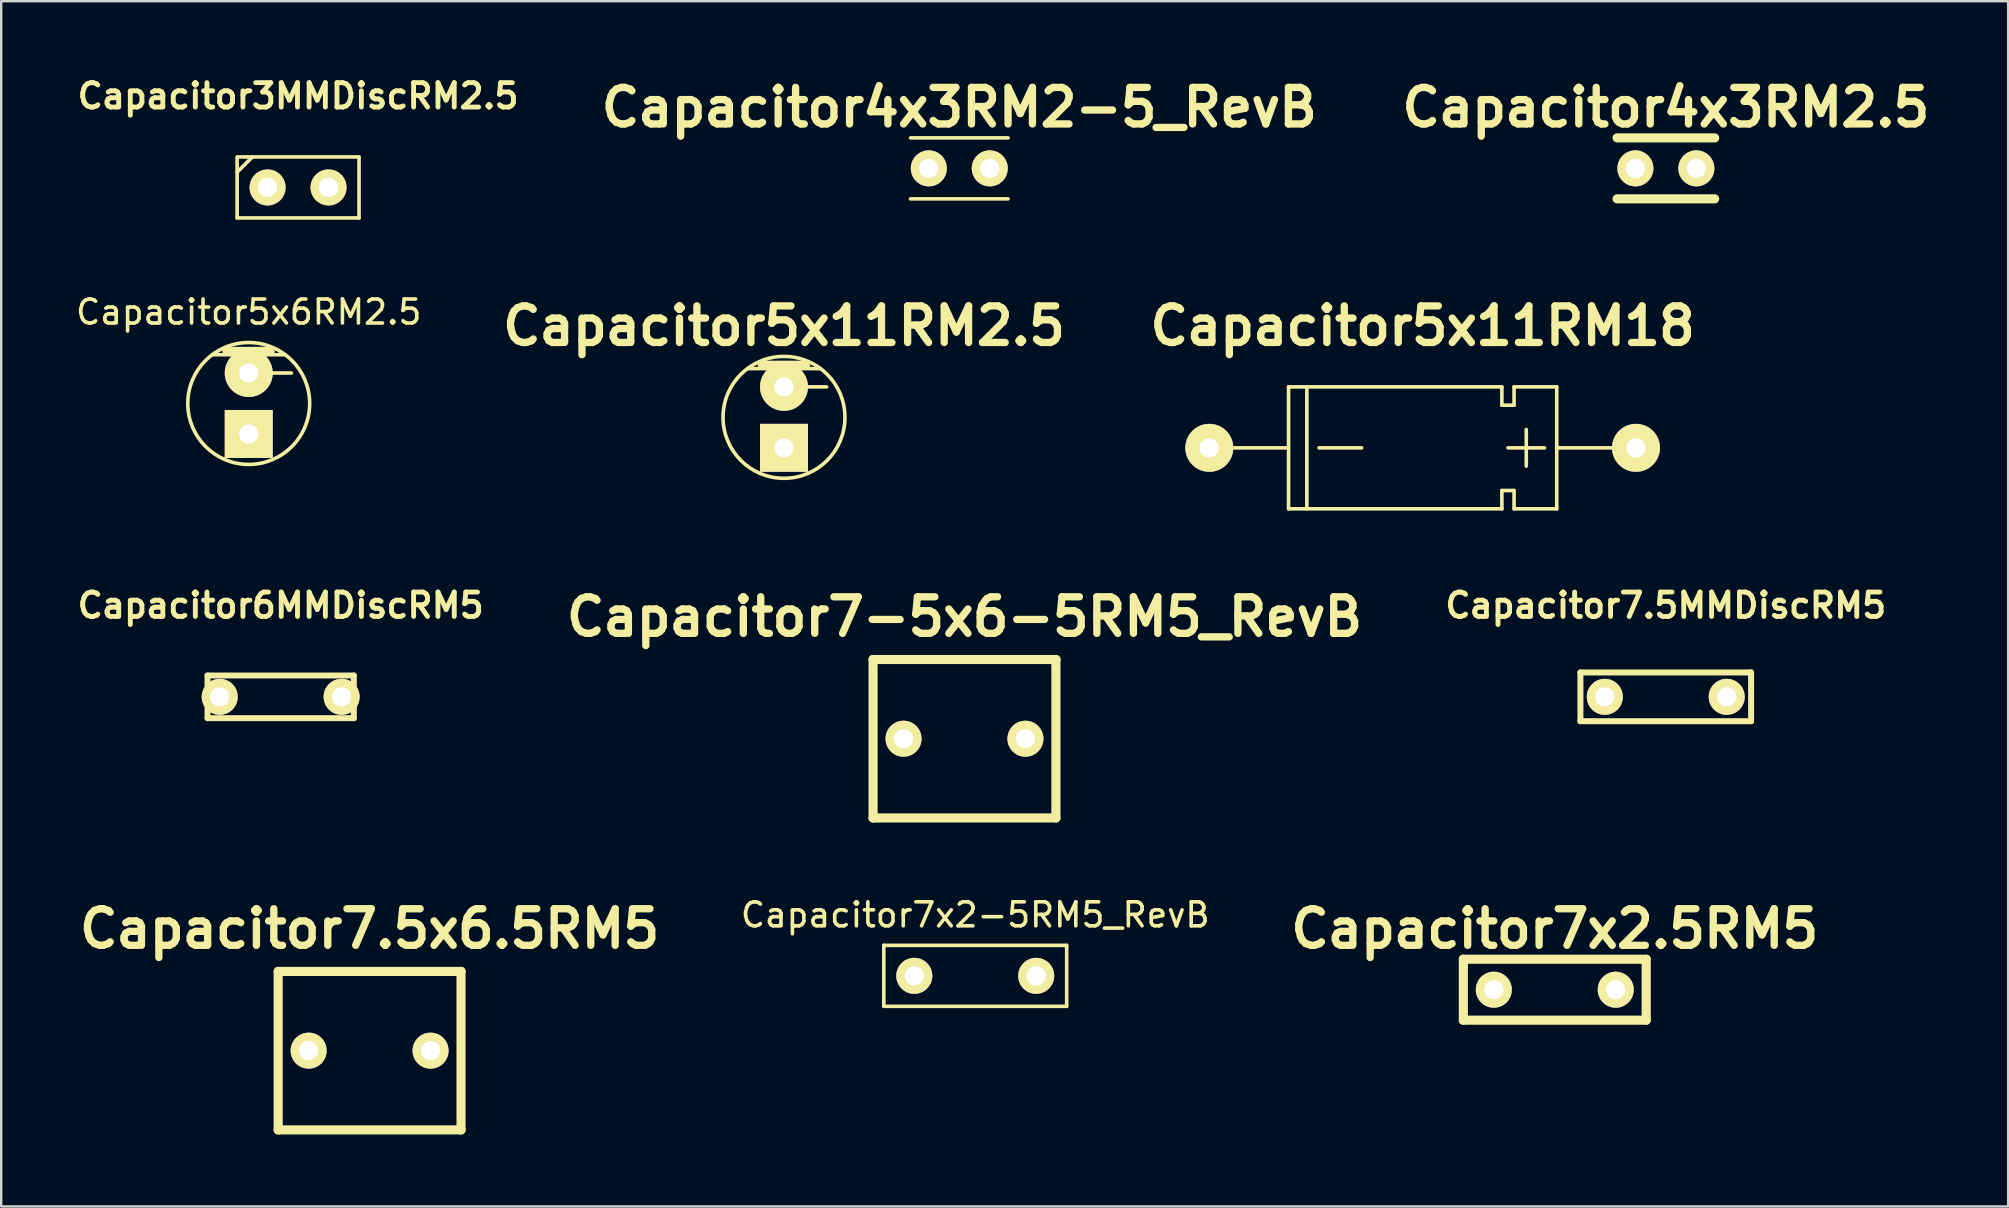
<source format=kicad_pcb>
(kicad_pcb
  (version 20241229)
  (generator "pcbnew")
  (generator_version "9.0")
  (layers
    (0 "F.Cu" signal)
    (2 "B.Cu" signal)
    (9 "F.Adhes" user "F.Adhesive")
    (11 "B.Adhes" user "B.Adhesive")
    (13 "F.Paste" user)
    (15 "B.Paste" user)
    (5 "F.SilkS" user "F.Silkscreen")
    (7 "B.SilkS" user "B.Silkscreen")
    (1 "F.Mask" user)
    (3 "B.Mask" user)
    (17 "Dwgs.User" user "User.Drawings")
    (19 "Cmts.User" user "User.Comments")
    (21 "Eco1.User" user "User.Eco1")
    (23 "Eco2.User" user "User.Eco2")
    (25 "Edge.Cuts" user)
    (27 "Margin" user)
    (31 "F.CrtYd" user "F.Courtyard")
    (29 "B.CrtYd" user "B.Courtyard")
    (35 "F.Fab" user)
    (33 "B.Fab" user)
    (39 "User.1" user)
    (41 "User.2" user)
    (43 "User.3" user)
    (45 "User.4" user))
  (footprint "Capacitor5x6RM2.5"
    (layer "F.Cu")
    (at 7.315 13.764)
    (property "Reference" "Capacitor5x6RM2.5" (at 0 -3.81 0) (layer "F.SilkS") (effects (font (size 1 1) (thickness 0.15))))
    (attr through_hole)
    (fp_line (start -1.524 -2.032) (end 1.524 -2.032) (stroke (width 0.15) (type solid)) (layer "F.SilkS"))
    (fp_line (start -1.016 -2.286) (end -1.016 -2.159) (stroke (width 0.15) (type solid)) (layer "F.SilkS"))
    (fp_line (start -1.016 -2.159) (end 1.016 -2.159) (stroke (width 0.15) (type solid)) (layer "F.SilkS"))
    (fp_line (start 0.889 -1.27) (end 1.778 -1.27) (stroke (width 0.15) (type solid)) (layer "F.SilkS"))
    (fp_line (start 1.016 -2.286) (end -1.016 -2.286) (stroke (width 0.15) (type solid)) (layer "F.SilkS"))
    (fp_circle (center 0 0) (end -2.54 0) (stroke (width 0.15) (type solid)) (fill no) (layer "F.SilkS"))
    (pad "1" thru_hole rect (at 0 1.27) (size 1.999 1.999) (drill 0.8) (layers "*.Cu" "*.Mask" "F.SilkS"))
    (pad "2" thru_hole circle (at 0 -1.27) (size 1.999 1.999) (drill 0.8) (layers "*.Cu" "*.Mask" "F.SilkS")))
  (footprint "Capacitor7.5MMDiscRM5"
    (layer "F.Cu")
    (at 66.365 25.988)
    (property "Reference" "Capacitor7.5MMDiscRM5" (at 0 -3.81 0) (layer "F.SilkS") (effects (font (size 1.016 1.016) (thickness 0.203))))
    (attr through_hole)
    (fp_line (start -3.556 -1.016) (end -3.556 1.016) (stroke (width 0.249) (type solid)) (layer "F.SilkS"))
    (fp_line (start -3.556 1.016) (end 3.556 1.016) (stroke (width 0.249) (type solid)) (layer "F.SilkS"))
    (fp_line (start 3.556 -1.016) (end -3.556 -1.016) (stroke (width 0.249) (type solid)) (layer "F.SilkS"))
    (fp_line (start 3.556 1.016) (end 3.556 -1.016) (stroke (width 0.249) (type solid)) (layer "F.SilkS"))
    (pad "1" thru_hole circle (at -2.54 0) (size 1.501 1.501) (drill 0.8) (layers "*.Cu" "*.Mask" "F.SilkS"))
    (pad "2" thru_hole circle (at 2.54 0) (size 1.501 1.501) (drill 0.8) (layers "*.Cu" "*.Mask" "F.SilkS")))
  (footprint "Capacitor3MMDiscRM2.5"
    (layer "F.Cu")
    (at 9.371 4.761)
    (property "Reference" "Capacitor3MMDiscRM2.5" (at 0 -3.81 0) (layer "F.SilkS") (effects (font (size 1.016 1.016) (thickness 0.203))))
    (attr through_hole)
    (fp_line (start -2.54 -0.635) (end -1.905 -1.27) (stroke (width 0.15) (type solid)) (layer "F.SilkS"))
    (fp_line (start -2.54 1.27) (end -2.54 -1.27) (stroke (width 0.15) (type solid)) (layer "F.SilkS"))
    (fp_line (start -2.489 -1.27) (end 2.54 -1.27) (stroke (width 0.15) (type solid)) (layer "F.SilkS"))
    (fp_line (start 2.54 -1.27) (end 2.54 1.27) (stroke (width 0.15) (type solid)) (layer "F.SilkS"))
    (fp_line (start 2.54 1.27) (end -2.54 1.27) (stroke (width 0.15) (type solid)) (layer "F.SilkS"))
    (pad "1" thru_hole circle (at -1.27 0) (size 1.501 1.501) (drill 0.8) (layers "*.Cu" "*.Mask" "F.SilkS"))
    (pad "2" thru_hole circle (at 1.27 0) (size 1.501 1.501) (drill 0.8) (layers "*.Cu" "*.Mask" "F.SilkS")))
  (footprint "Capacitor4x3RM2.5"
    (layer "F.Cu")
    (at 65.1 3.966)
    (property "Reference" "Capacitor4x3RM2.5" (at 1.27 -2.54 0) (layer "F.SilkS") (effects (font (size 1.524 1.524) (thickness 0.305))))
    (attr through_hole)
    (fp_line (start -0.762 1.27) (end 3.302 1.27) (stroke (width 0.381) (type solid)) (layer "F.SilkS"))
    (fp_line (start 3.302 -1.27) (end -0.762 -1.27) (stroke (width 0.381) (type solid)) (layer "F.SilkS"))
    (pad "1" thru_hole circle (at 0 0) (size 1.501 1.501) (drill 0.8) (layers "*.Cu" "*.Mask" "F.SilkS"))
    (pad "2" thru_hole circle (at 2.54 0) (size 1.501 1.501) (drill 0.8) (layers "*.Cu" "*.Mask" "F.SilkS")))
  (footprint "Capacitor7.5x6.5RM5"
    (layer "F.Cu")
    (at 9.812 40.733)
    (property "Reference" "Capacitor7.5x6.5RM5" (at 2.54 -5.08 0) (layer "F.SilkS") (effects (font (size 1.524 1.524) (thickness 0.305))))
    (attr through_hole)
    (fp_line (start -1.27 -3.302) (end -1.27 3.302) (stroke (width 0.381) (type solid)) (layer "F.SilkS"))
    (fp_line (start -1.27 3.302) (end 6.35 3.302) (stroke (width 0.381) (type solid)) (layer "F.SilkS"))
    (fp_line (start 6.35 -3.302) (end -1.27 -3.302) (stroke (width 0.381) (type solid)) (layer "F.SilkS"))
    (fp_line (start 6.35 3.302) (end 6.35 -3.302) (stroke (width 0.381) (type solid)) (layer "F.SilkS"))
    (pad "1" thru_hole circle (at 0 0) (size 1.501 1.501) (drill 0.8) (layers "*.Cu" "*.Mask" "F.SilkS"))
    (pad "2" thru_hole circle (at 5.08 0) (size 1.501 1.501) (drill 0.8) (layers "*.Cu" "*.Mask" "F.SilkS")))
  (footprint "Capacitor5x11RM2.5"
    (layer "F.Cu")
    (at 29.62 14.342)
    (property "Reference" "Capacitor5x11RM2.5" (at 0 -3.81 0) (layer "F.SilkS") (effects (font (size 1.524 1.524) (thickness 0.305))))
    (attr through_hole)
    (fp_line (start -1.524 -2.032) (end 1.524 -2.032) (stroke (width 0.15) (type solid)) (layer "F.SilkS"))
    (fp_line (start -1.016 -2.286) (end -1.016 -2.159) (stroke (width 0.15) (type solid)) (layer "F.SilkS"))
    (fp_line (start -1.016 -2.159) (end 1.016 -2.159) (stroke (width 0.15) (type solid)) (layer "F.SilkS"))
    (fp_line (start 0.889 -1.27) (end 1.778 -1.27) (stroke (width 0.15) (type solid)) (layer "F.SilkS"))
    (fp_line (start 1.016 -2.286) (end -1.016 -2.286) (stroke (width 0.15) (type solid)) (layer "F.SilkS"))
    (fp_circle (center 0 0) (end -2.54 0) (stroke (width 0.15) (type solid)) (fill no) (layer "F.SilkS"))
    (pad "1" thru_hole rect (at 0 1.27) (size 1.999 1.999) (drill 0.8) (layers "*.Cu" "*.Mask" "F.SilkS"))
    (pad "2" thru_hole circle (at 0 -1.27) (size 1.999 1.999) (drill 0.8) (layers "*.Cu" "*.Mask" "F.SilkS")))
  (footprint "Capacitor7x2-5RM5_RevB"
    (layer "F.Cu")
    (at 37.59 37.615)
    (property "Reference" "Capacitor7x2-5RM5_RevB" (at 0 -2.54 0) (layer "F.SilkS") (effects (font (size 1 1) (thickness 0.15))))
    (attr through_hole)
    (fp_line (start -3.81 -1.27) (end -3.81 1.27) (stroke (width 0.15) (type solid)) (layer "F.SilkS"))
    (fp_line (start -3.81 1.27) (end 3.81 1.27) (stroke (width 0.15) (type solid)) (layer "F.SilkS"))
    (fp_line (start 3.81 -1.27) (end -3.81 -1.27) (stroke (width 0.15) (type solid)) (layer "F.SilkS"))
    (fp_line (start 3.81 1.27) (end 3.81 -1.27) (stroke (width 0.15) (type solid)) (layer "F.SilkS"))
    (pad "1" thru_hole circle (at -2.54 0) (size 1.501 1.501) (drill 0.8) (layers "*.Cu" "*.Mask" "F.SilkS"))
    (pad "2" thru_hole circle (at 2.54 0) (size 1.501 1.501) (drill 0.8) (layers "*.Cu" "*.Mask" "F.SilkS")))
  (footprint "Capacitor4x3RM2-5_RevB"
    (layer "F.Cu")
    (at 36.925 3.966)
    (property "Reference" "Capacitor4x3RM2-5_RevB" (at 0 -2.54 0) (layer "F.SilkS") (effects (font (size 1.524 1.524) (thickness 0.305))))
    (attr through_hole)
    (fp_line (start -2.032 1.27) (end 2.032 1.27) (stroke (width 0.15) (type solid)) (layer "F.SilkS"))
    (fp_line (start 2.032 -1.27) (end -2.032 -1.27) (stroke (width 0.15) (type solid)) (layer "F.SilkS"))
    (pad "1" thru_hole circle (at -1.27 0) (size 1.501 1.501) (drill 0.8) (layers "*.Cu" "*.Mask" "F.SilkS"))
    (pad "2" thru_hole circle (at 1.27 0) (size 1.501 1.501) (drill 0.8) (layers "*.Cu" "*.Mask" "F.SilkS")))
  (footprint "Capacitor7x2.5RM5"
    (layer "F.Cu")
    (at 59.2 38.193)
    (property "Reference" "Capacitor7x2.5RM5" (at 2.54 -2.54 0) (layer "F.SilkS") (effects (font (size 1.524 1.524) (thickness 0.305))))
    (attr through_hole)
    (fp_line (start -1.27 -1.27) (end -1.27 1.27) (stroke (width 0.381) (type solid)) (layer "F.SilkS"))
    (fp_line (start -1.27 1.27) (end 6.35 1.27) (stroke (width 0.381) (type solid)) (layer "F.SilkS"))
    (fp_line (start 6.35 -1.27) (end -1.27 -1.27) (stroke (width 0.381) (type solid)) (layer "F.SilkS"))
    (fp_line (start 6.35 1.27) (end 6.35 -1.27) (stroke (width 0.381) (type solid)) (layer "F.SilkS"))
    (pad "1" thru_hole circle (at 0 0) (size 1.501 1.501) (drill 0.8) (layers "*.Cu" "*.Mask" "F.SilkS"))
    (pad "2" thru_hole circle (at 5.08 0) (size 1.501 1.501) (drill 0.8) (layers "*.Cu" "*.Mask" "F.SilkS")))
  (footprint "Capacitor5x11RM18"
    (layer "F.Cu")
    (at 56.234 15.612)
    (property "Reference" "Capacitor5x11RM18" (at 0 -5.08 0) (layer "F.SilkS") (effects (font (size 1.524 1.524) (thickness 0.305))))
    (attr through_hole)
    (fp_line (start -5.588 0) (end -8.89 0) (stroke (width 0.15) (type solid)) (layer "F.SilkS"))
    (fp_line (start -5.588 2.54) (end -5.588 -2.54) (stroke (width 0.15) (type solid)) (layer "F.SilkS"))
    (fp_line (start -4.826 -2.54) (end -4.826 2.54) (stroke (width 0.15) (type solid)) (layer "F.SilkS"))
    (fp_line (start -4.318 0) (end -2.54 0) (stroke (width 0.15) (type solid)) (layer "F.SilkS"))
    (fp_line (start 3.302 -2.54) (end -5.588 -2.54) (stroke (width 0.15) (type solid)) (layer "F.SilkS"))
    (fp_line (start 3.302 -2.54) (end 3.302 -1.778) (stroke (width 0.15) (type solid)) (layer "F.SilkS"))
    (fp_line (start 3.302 -1.778) (end 3.81 -1.778) (stroke (width 0.15) (type solid)) (layer "F.SilkS"))
    (fp_line (start 3.302 1.778) (end 3.302 2.54) (stroke (width 0.15) (type solid)) (layer "F.SilkS"))
    (fp_line (start 3.302 2.54) (end -5.588 2.54) (stroke (width 0.15) (type solid)) (layer "F.SilkS"))
    (fp_line (start 3.81 -2.54) (end 5.588 -2.54) (stroke (width 0.15) (type solid)) (layer "F.SilkS"))
    (fp_line (start 3.81 -1.778) (end 3.81 -2.54) (stroke (width 0.15) (type solid)) (layer "F.SilkS"))
    (fp_line (start 3.81 1.778) (end 3.302 1.778) (stroke (width 0.15) (type solid)) (layer "F.SilkS"))
    (fp_line (start 3.81 2.54) (end 3.81 1.778) (stroke (width 0.15) (type solid)) (layer "F.SilkS"))
    (fp_line (start 4.318 0.762) (end 4.318 -0.762) (stroke (width 0.15) (type solid)) (layer "F.SilkS"))
    (fp_line (start 5.08 0) (end 3.556 0) (stroke (width 0.15) (type solid)) (layer "F.SilkS"))
    (fp_line (start 5.588 -2.54) (end 5.588 2.54) (stroke (width 0.15) (type solid)) (layer "F.SilkS"))
    (fp_line (start 5.588 2.54) (end 3.81 2.54) (stroke (width 0.15) (type solid)) (layer "F.SilkS"))
    (fp_line (start 8.89 0) (end 5.588 0) (stroke (width 0.15) (type solid)) (layer "F.SilkS"))
    (pad "1" thru_hole circle (at 8.89 0) (size 1.999 1.999) (drill 0.8) (layers "*.Cu" "*.Mask" "F.SilkS"))
    (pad "2" thru_hole circle (at -8.89 0) (size 1.999 1.999) (drill 0.8) (layers "*.Cu" "*.Mask" "F.SilkS")))
  (footprint "Capacitor7-5x6-5RM5_RevB"
    (layer "F.Cu")
    (at 37.142 27.734)
    (property "Reference" "Capacitor7-5x6-5RM5_RevB" (at 0 -5.08 0) (layer "F.SilkS") (effects (font (size 1.524 1.524) (thickness 0.305))))
    (attr through_hole)
    (fp_line (start -3.81 -3.302) (end -3.81 3.302) (stroke (width 0.381) (type solid)) (layer "F.SilkS"))
    (fp_line (start -3.81 3.302) (end 3.81 3.302) (stroke (width 0.381) (type solid)) (layer "F.SilkS"))
    (fp_line (start 3.81 -3.302) (end -3.81 -3.302) (stroke (width 0.381) (type solid)) (layer "F.SilkS"))
    (fp_line (start 3.81 3.302) (end 3.81 -3.302) (stroke (width 0.381) (type solid)) (layer "F.SilkS"))
    (pad "1" thru_hole circle (at -2.54 0) (size 1.501 1.501) (drill 0.8) (layers "*.Cu" "*.Mask" "F.SilkS"))
    (pad "2" thru_hole circle (at 2.54 0) (size 1.501 1.501) (drill 0.8) (layers "*.Cu" "*.Mask" "F.SilkS")))
  (footprint "Capacitor6MMDiscRM5"
    (layer "F.Cu")
    (at 8.646 25.988)
    (property "Reference" "Capacitor6MMDiscRM5" (at 0 -3.81 0) (layer "F.SilkS") (effects (font (size 1.016 1.016) (thickness 0.203))))
    (attr through_hole)
    (fp_line (start -3.048 -0.889) (end -3.048 0.889) (stroke (width 0.249) (type solid)) (layer "F.SilkS"))
    (fp_line (start -3.048 0.889) (end 3.048 0.889) (stroke (width 0.249) (type solid)) (layer "F.SilkS"))
    (fp_line (start 3.048 -0.889) (end -3.048 -0.889) (stroke (width 0.249) (type solid)) (layer "F.SilkS"))
    (fp_line (start 3.048 0.889) (end 3.048 -0.889) (stroke (width 0.249) (type solid)) (layer "F.SilkS"))
    (pad "1" thru_hole circle (at -2.54 0) (size 1.501 1.501) (drill 0.8) (layers "*.Cu" "*.Mask" "F.SilkS"))
    (pad "2" thru_hole circle (at 2.54 0) (size 1.501 1.501) (drill 0.8) (layers "*.Cu" "*.Mask" "F.SilkS")))
  (gr_rect
    (start -3 -3)
    (end 80.633 47.225)
    (stroke (width 0.1) (type default))
    (fill no)
    (layer "Edge.Cuts")))
</source>
